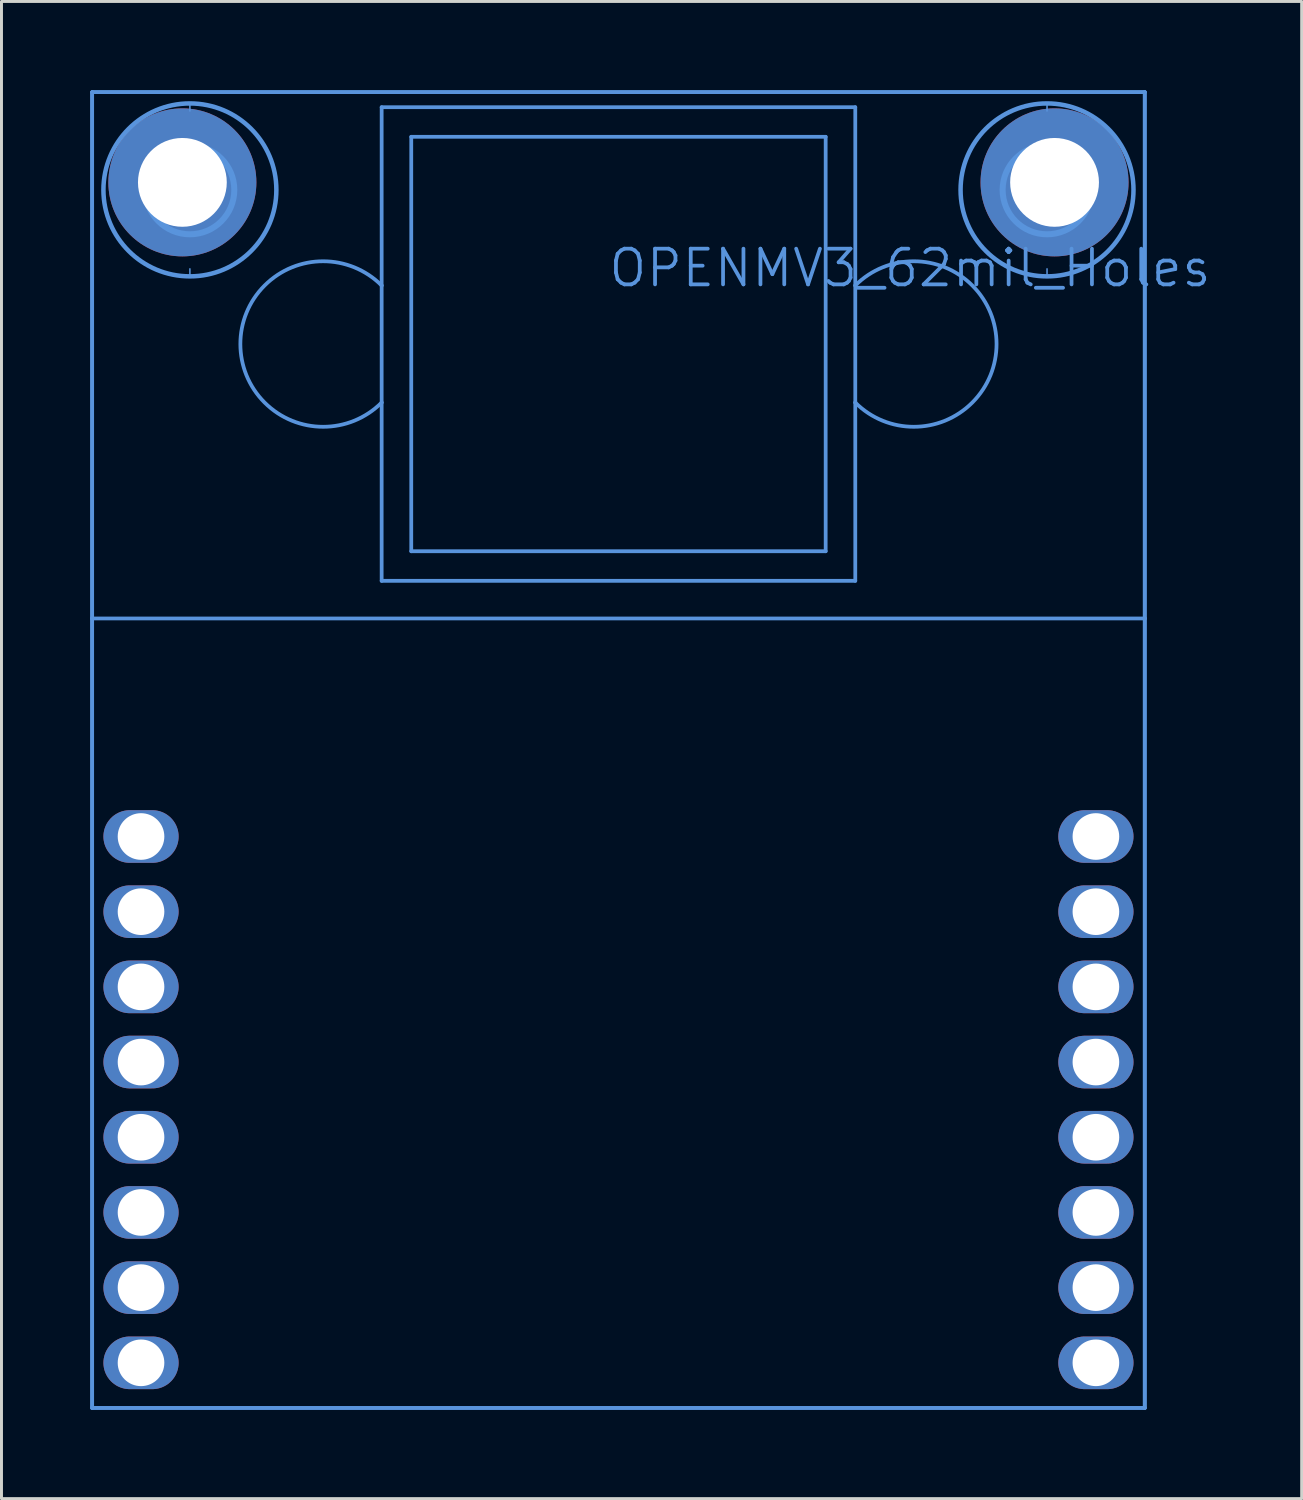
<source format=kicad_pcb>
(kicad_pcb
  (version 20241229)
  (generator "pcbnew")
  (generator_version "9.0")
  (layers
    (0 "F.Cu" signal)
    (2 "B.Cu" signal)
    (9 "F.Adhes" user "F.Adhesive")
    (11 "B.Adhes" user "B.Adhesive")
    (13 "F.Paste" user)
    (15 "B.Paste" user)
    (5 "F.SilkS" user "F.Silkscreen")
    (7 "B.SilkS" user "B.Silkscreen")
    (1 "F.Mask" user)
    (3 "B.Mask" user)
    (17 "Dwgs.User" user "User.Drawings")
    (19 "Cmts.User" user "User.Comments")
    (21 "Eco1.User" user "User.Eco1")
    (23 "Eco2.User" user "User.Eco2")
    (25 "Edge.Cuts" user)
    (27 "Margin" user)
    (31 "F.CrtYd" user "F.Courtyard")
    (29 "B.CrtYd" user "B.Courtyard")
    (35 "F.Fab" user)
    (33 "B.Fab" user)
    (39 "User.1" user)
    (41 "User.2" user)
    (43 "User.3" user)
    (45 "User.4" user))
  (footprint "OPENMV3_62mil_Holes"
    (layer "F.Cu")
    (at 32.575 3.111)
    (property "Reference" "OPENMV3_62mil_Holes" (at -15.13 3.6 0) (layer "Cmts.User") (effects (font (size 1.206 1.206) (thickness 0.127)) (justify left bottom)))
    (attr through_hole)
    (fp_line (start -32.512 -3.048) (end 3.048 -3.048) (stroke (width 0.127) (type solid)) (layer "Cmts.User"))
    (fp_line (start -32.512 -3.048) (end 3.048 -3.048) (stroke (width 0.127) (type solid)) (layer "Cmts.User"))
    (fp_line (start -32.512 14.732) (end -32.512 -3.048) (stroke (width 0.127) (type solid)) (layer "Cmts.User"))
    (fp_line (start -32.512 14.732) (end -32.512 -3.048) (stroke (width 0.127) (type solid)) (layer "Cmts.User"))
    (fp_line (start -32.512 14.732) (end 3.048 14.732) (stroke (width 0.127) (type solid)) (layer "Cmts.User"))
    (fp_line (start -32.512 41.402) (end -32.512 14.732) (stroke (width 0.127) (type solid)) (layer "Cmts.User"))
    (fp_line (start -32.512 41.402) (end -32.512 14.732) (stroke (width 0.127) (type solid)) (layer "Cmts.User"))
    (fp_line (start -29.21 -2.667) (end -29.21 -2.413) (stroke (width 0.051) (type solid)) (layer "Cmts.User"))
    (fp_line (start -29.21 2.921) (end -29.21 3.175) (stroke (width 0.051) (type solid)) (layer "Cmts.User"))
    (fp_line (start -22.732 -2.539) (end -6.732 -2.539) (stroke (width 0.127) (type solid)) (layer "Cmts.User"))
    (fp_line (start -22.732 3.484) (end -22.732 -2.539) (stroke (width 0.127) (type solid)) (layer "Cmts.User"))
    (fp_line (start -22.732 7.438) (end -22.732 3.484) (stroke (width 0.127) (type solid)) (layer "Cmts.User"))
    (fp_line (start -22.732 13.461) (end -22.732 7.438) (stroke (width 0.127) (type solid)) (layer "Cmts.User"))
    (fp_line (start -21.732 -1.539) (end -21.732 12.461) (stroke (width 0.127) (type solid)) (layer "Cmts.User"))
    (fp_line (start -21.732 12.461) (end -7.732 12.461) (stroke (width 0.127) (type solid)) (layer "Cmts.User"))
    (fp_line (start -7.732 -1.539) (end -21.732 -1.539) (stroke (width 0.127) (type solid)) (layer "Cmts.User"))
    (fp_line (start -7.732 12.461) (end -7.732 -1.539) (stroke (width 0.127) (type solid)) (layer "Cmts.User"))
    (fp_line (start -6.732 -2.539) (end -6.732 3.484) (stroke (width 0.127) (type solid)) (layer "Cmts.User"))
    (fp_line (start -6.732 3.484) (end -6.732 7.438) (stroke (width 0.127) (type solid)) (layer "Cmts.User"))
    (fp_line (start -6.732 7.438) (end -6.732 13.461) (stroke (width 0.127) (type solid)) (layer "Cmts.User"))
    (fp_line (start -6.732 13.461) (end -22.732 13.461) (stroke (width 0.127) (type solid)) (layer "Cmts.User"))
    (fp_line (start -0.254 -2.667) (end -0.254 -2.413) (stroke (width 0.051) (type solid)) (layer "Cmts.User"))
    (fp_line (start -0.254 2.921) (end -0.254 3.175) (stroke (width 0.051) (type solid)) (layer "Cmts.User"))
    (fp_line (start 3.048 -3.048) (end 3.048 14.732) (stroke (width 0.127) (type solid)) (layer "Cmts.User"))
    (fp_line (start 3.048 -3.048) (end 3.048 14.732) (stroke (width 0.127) (type solid)) (layer "Cmts.User"))
    (fp_line (start 3.048 14.732) (end 3.048 41.402) (stroke (width 0.127) (type solid)) (layer "Cmts.User"))
    (fp_line (start 3.048 14.732) (end 3.048 41.402) (stroke (width 0.127) (type solid)) (layer "Cmts.User"))
    (fp_line (start 3.048 41.402) (end -32.512 41.402) (stroke (width 0.127) (type solid)) (layer "Cmts.User"))
    (fp_line (start 3.048 41.402) (end -32.512 41.402) (stroke (width 0.127) (type solid)) (layer "Cmts.User"))
    (fp_arc (start -22.732 7.438) (mid -27.5049 5.461) (end -22.732 3.484) (stroke (width 0.127) (type solid)) (layer "Cmts.User"))
    (fp_arc (start -6.732 3.484) (mid -1.9591 5.461) (end -6.732 7.438) (stroke (width 0.127) (type solid)) (layer "Cmts.User"))
    (fp_circle (center -29.21 0.254) (end -27.71 0.254) (stroke (width 0.203) (type solid)) (fill no) (layer "Cmts.User"))
    (fp_circle (center -29.21 0.254) (end -26.289 0.254) (stroke (width 0.152) (type solid)) (fill no) (layer "Cmts.User"))
    (fp_circle (center -0.254 0.254) (end 1.246 0.254) (stroke (width 0.203) (type solid)) (fill no) (layer "Cmts.User"))
    (fp_circle (center -0.254 0.254) (end 2.667 0.254) (stroke (width 0.152) (type solid)) (fill no) (layer "Cmts.User"))
    (pad "11" thru_hole oval (at -30.861 22.098 270) (size 1.778 2.54) (drill 1.575) (layers "*.Cu" "*.Mask"))
    (pad "12" thru_hole oval (at -30.861 24.638 270) (size 1.778 2.54) (drill 1.575) (layers "*.Cu" "*.Mask"))
    (pad "13" thru_hole oval (at -30.861 27.178 270) (size 1.778 2.54) (drill 1.575) (layers "*.Cu" "*.Mask"))
    (pad "14" thru_hole oval (at -30.861 29.718 270) (size 1.778 2.54) (drill 1.575) (layers "*.Cu" "*.Mask"))
    (pad "15" thru_hole oval (at -30.861 32.258 270) (size 1.778 2.54) (drill 1.575) (layers "*.Cu" "*.Mask"))
    (pad "16" thru_hole oval (at -30.861 34.798 270) (size 1.778 2.54) (drill 1.575) (layers "*.Cu" "*.Mask"))
    (pad "17" thru_hole oval (at -30.861 37.338 270) (size 1.778 2.54) (drill 1.575) (layers "*.Cu" "*.Mask"))
    (pad "18" thru_hole oval (at -30.861 39.878 270) (size 1.778 2.54) (drill 1.575) (layers "*.Cu" "*.Mask"))
    (pad "21" thru_hole oval (at 1.397 22.098 270) (size 1.778 2.54) (drill 1.575) (layers "*.Cu" "*.Mask"))
    (pad "22" thru_hole oval (at 1.397 24.638 270) (size 1.778 2.54) (drill 1.575) (layers "*.Cu" "*.Mask"))
    (pad "23" thru_hole oval (at 1.397 27.178 270) (size 1.778 2.54) (drill 1.575) (layers "*.Cu" "*.Mask"))
    (pad "24" thru_hole oval (at 1.397 29.718 270) (size 1.778 2.54) (drill 1.575) (layers "*.Cu" "*.Mask"))
    (pad "25" thru_hole oval (at 1.397 32.258 270) (size 1.778 2.54) (drill 1.575) (layers "*.Cu" "*.Mask"))
    (pad "26" thru_hole oval (at 1.397 34.798 270) (size 1.778 2.54) (drill 1.575) (layers "*.Cu" "*.Mask"))
    (pad "27" thru_hole oval (at 1.397 37.338 270) (size 1.778 2.54) (drill 1.575) (layers "*.Cu" "*.Mask"))
    (pad "28" thru_hole oval (at 1.397 39.878 270) (size 1.778 2.54) (drill 1.575) (layers "*.Cu" "*.Mask"))
    (pad "MH" thru_hole circle (at -29.464 0) (size 5 5) (drill 3) (layers "*.Cu" "*.Mask"))
    (pad "MH" thru_hole circle (at 0 0 270) (size 5 5) (drill 3) (layers "*.Cu" "*.Mask")))
  (gr_rect
    (start -3 -3)
    (end 40.923 47.577)
    (stroke (width 0.1) (type default))
    (fill no)
    (layer "Edge.Cuts")))
</source>
